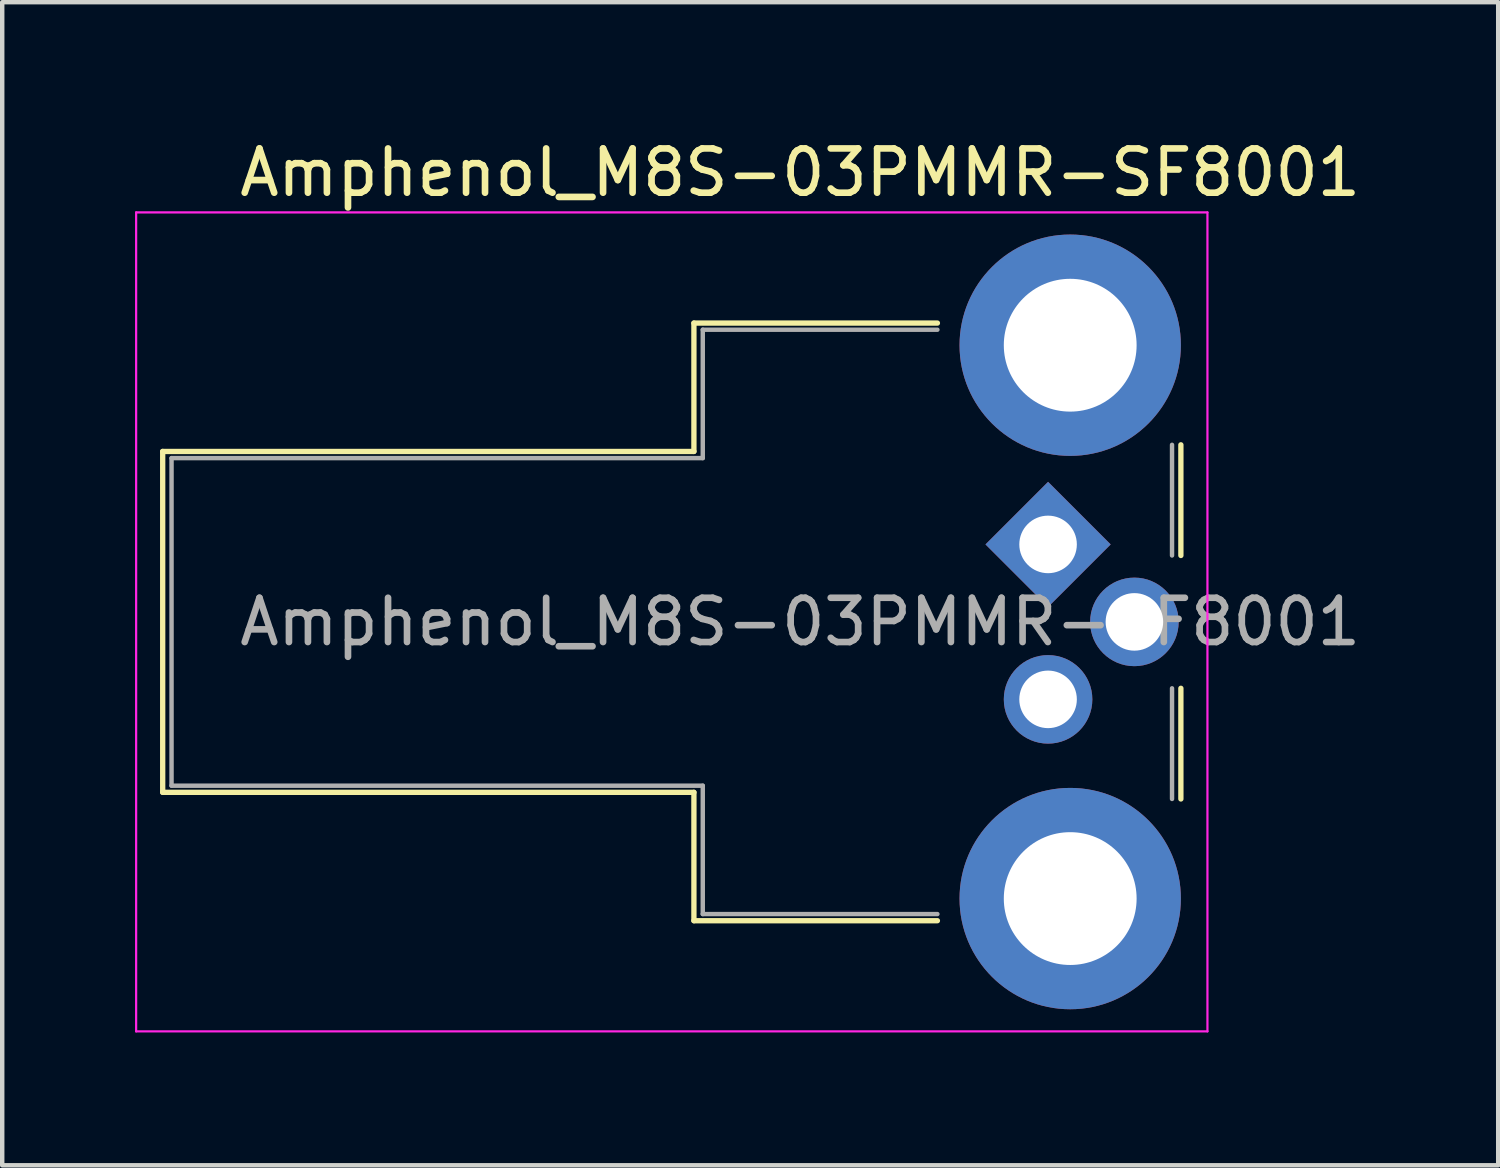
<source format=kicad_pcb>
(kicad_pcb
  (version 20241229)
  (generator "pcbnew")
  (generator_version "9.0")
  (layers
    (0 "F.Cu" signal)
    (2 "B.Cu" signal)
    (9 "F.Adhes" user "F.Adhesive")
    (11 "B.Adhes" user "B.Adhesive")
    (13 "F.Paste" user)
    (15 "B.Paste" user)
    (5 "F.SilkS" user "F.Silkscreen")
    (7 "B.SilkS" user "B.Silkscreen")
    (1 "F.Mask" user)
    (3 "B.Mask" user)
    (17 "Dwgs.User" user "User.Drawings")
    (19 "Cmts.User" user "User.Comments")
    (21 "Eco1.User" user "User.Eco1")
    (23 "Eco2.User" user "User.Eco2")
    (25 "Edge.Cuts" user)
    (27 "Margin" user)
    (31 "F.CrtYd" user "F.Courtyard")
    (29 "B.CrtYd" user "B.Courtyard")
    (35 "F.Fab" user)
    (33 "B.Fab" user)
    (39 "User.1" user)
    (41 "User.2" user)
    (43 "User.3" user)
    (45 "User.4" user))
  (footprint "Amphenol_M8S-03PMMR-SF8001"
    (layer "F.Cu")
    (at 21.025 8.848)
    (property "Reference" "Amphenol_M8S-03PMMR-SF8001" (at -6 -8 180) (layer "F.SilkS") (effects (font (size 1 1) (thickness 0.15))))
    (attr through_hole)
    (fp_line (start -20.4 -1.7) (end -8.4 -1.7) (stroke (width 0.12) (type solid)) (layer "F.SilkS"))
    (fp_line (start -20.4 6) (end -20.4 -1.7) (stroke (width 0.12) (type solid)) (layer "F.SilkS"))
    (fp_line (start -20.4 6) (end -8.4 6) (stroke (width 0.12) (type solid)) (layer "F.SilkS"))
    (fp_line (start -8.4 -4.6) (end -2.9 -4.6) (stroke (width 0.12) (type solid)) (layer "F.SilkS"))
    (fp_line (start -8.4 -1.7) (end -8.4 -4.6) (stroke (width 0.12) (type solid)) (layer "F.SilkS"))
    (fp_line (start -8.4 6) (end -8.4 8.9) (stroke (width 0.12) (type solid)) (layer "F.SilkS"))
    (fp_line (start -8.4 8.9) (end -2.9 8.9) (stroke (width 0.12) (type solid)) (layer "F.SilkS"))
    (fp_line (start 2.6 0.65) (end 2.6 -1.85) (stroke (width 0.12) (type solid)) (layer "F.SilkS"))
    (fp_line (start 2.6 6.15) (end 2.6 3.65) (stroke (width 0.12) (type solid)) (layer "F.SilkS"))
    (fp_line (start -21 -7.1) (end -21 11.4) (stroke (width 0.05) (type solid)) (layer "F.CrtYd"))
    (fp_line (start -21 11.4) (end 3.2 11.4) (stroke (width 0.05) (type solid)) (layer "F.CrtYd"))
    (fp_line (start 3.2 -7.1) (end -21 -7.1) (stroke (width 0.05) (type solid)) (layer "F.CrtYd"))
    (fp_line (start 3.2 11.4) (end 3.2 -7.1) (stroke (width 0.05) (type solid)) (layer "F.CrtYd"))
    (fp_line (start -20.2 -1.55) (end -8.2 -1.55) (stroke (width 0.1) (type solid)) (layer "F.Fab"))
    (fp_line (start -20.2 5.85) (end -20.2 -1.55) (stroke (width 0.1) (type solid)) (layer "F.Fab"))
    (fp_line (start -20.2 5.85) (end -8.2 5.85) (stroke (width 0.1) (type solid)) (layer "F.Fab"))
    (fp_line (start -8.2 -4.45) (end -2.9 -4.45) (stroke (width 0.1) (type solid)) (layer "F.Fab"))
    (fp_line (start -8.2 -1.55) (end -8.2 -4.45) (stroke (width 0.1) (type solid)) (layer "F.Fab"))
    (fp_line (start -8.2 5.85) (end -8.2 8.75) (stroke (width 0.1) (type solid)) (layer "F.Fab"))
    (fp_line (start -8.2 8.75) (end -2.9 8.75) (stroke (width 0.1) (type solid)) (layer "F.Fab"))
    (fp_line (start 2.4 0.65) (end 2.4 -1.85) (stroke (width 0.1) (type solid)) (layer "F.Fab"))
    (fp_line (start 2.4 6.15) (end 2.4 3.65) (stroke (width 0.1) (type solid)) (layer "F.Fab"))
    (fp_text user "${REFERENCE}" (at -6 2.15 180) (layer "F.Fab") (effects (font (size 1 1) (thickness 0.15))))
    (pad "1" thru_hole rect (at -0.4 0.4 135) (size 2 2) (drill 1.3) (layers "*.Cu" "*.Mask"))
    (pad "2" thru_hole circle (at 1.55 2.15 90) (size 2 2) (drill 1.3) (layers "*.Cu" "*.Mask"))
    (pad "3" thru_hole circle (at -0.4 3.9 90) (size 2 2) (drill 1.3) (layers "*.Cu" "*.Mask"))
    (pad "SH" thru_hole circle (at 0.1 -4.1 90) (size 5 5) (drill 3) (layers "*.Cu" "*.Mask"))
    (pad "SH" thru_hole circle (at 0.1 8.4 90) (size 5 5) (drill 3) (layers "*.Cu" "*.Mask")))
  (gr_rect
    (start -3 -3)
    (end 30.793 23.273)
    (stroke (width 0.1) (type default))
    (fill no)
    (layer "Edge.Cuts")))
</source>
